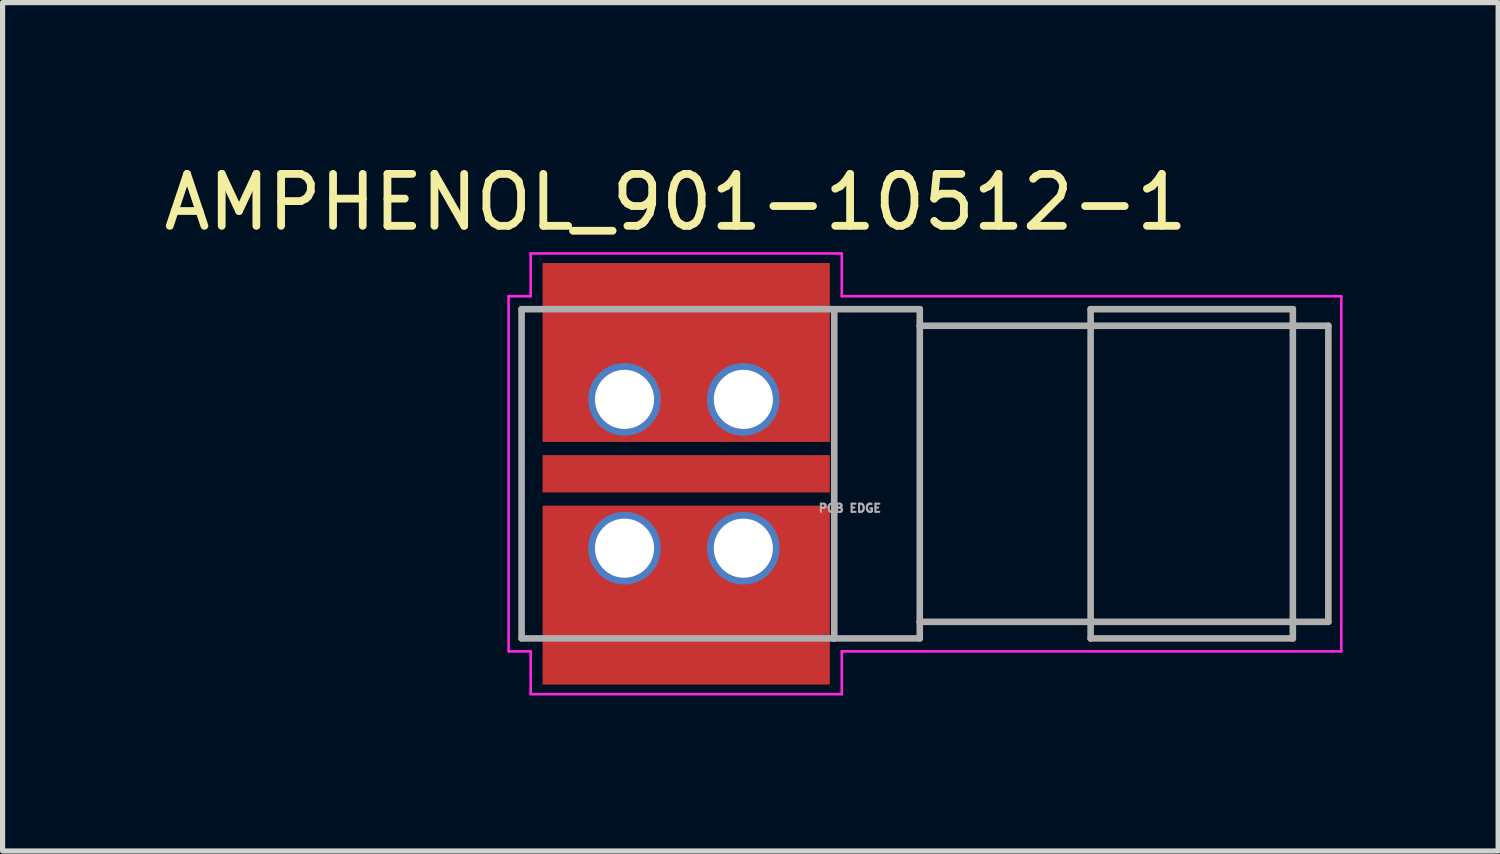
<source format=kicad_pcb>
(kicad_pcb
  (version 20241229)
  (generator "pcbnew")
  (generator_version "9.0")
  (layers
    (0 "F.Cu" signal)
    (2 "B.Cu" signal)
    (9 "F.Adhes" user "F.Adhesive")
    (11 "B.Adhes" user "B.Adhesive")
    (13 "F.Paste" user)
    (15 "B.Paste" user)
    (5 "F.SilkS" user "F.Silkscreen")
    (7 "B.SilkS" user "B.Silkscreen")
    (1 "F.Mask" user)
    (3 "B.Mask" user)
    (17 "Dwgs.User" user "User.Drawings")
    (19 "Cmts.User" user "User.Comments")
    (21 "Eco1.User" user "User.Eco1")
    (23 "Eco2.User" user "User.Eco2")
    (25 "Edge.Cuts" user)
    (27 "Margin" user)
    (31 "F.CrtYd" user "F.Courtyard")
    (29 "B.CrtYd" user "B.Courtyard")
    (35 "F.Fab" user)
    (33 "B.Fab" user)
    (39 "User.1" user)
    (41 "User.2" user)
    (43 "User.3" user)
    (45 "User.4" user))
  (footprint "AMPHENOL_901-10512-1"
    (layer "F.Cu")
    (at 10.185 6.088)
    (property "Reference" "AMPHENOL_901-10512-1" (at -0.203 -5.238 0) (layer "F.SilkS") (effects (font (size 1.002 1.002) (thickness 0.15))))
    (attr through_hole)
    (fp_line (start -3.425 -3.425) (end -3.425 3.425) (stroke (width 0.05) (type solid)) (layer "F.CrtYd"))
    (fp_line (start -3.425 3.425) (end -3 3.425) (stroke (width 0.05) (type solid)) (layer "F.CrtYd"))
    (fp_line (start -3 -4.25) (end -3 -3.425) (stroke (width 0.05) (type solid)) (layer "F.CrtYd"))
    (fp_line (start -3 -3.425) (end -3.425 -3.425) (stroke (width 0.05) (type solid)) (layer "F.CrtYd"))
    (fp_line (start -3 3.425) (end -3 4.25) (stroke (width 0.05) (type solid)) (layer "F.CrtYd"))
    (fp_line (start -3 4.25) (end 3 4.25) (stroke (width 0.05) (type solid)) (layer "F.CrtYd"))
    (fp_line (start 3 -4.25) (end -3 -4.25) (stroke (width 0.05) (type solid)) (layer "F.CrtYd"))
    (fp_line (start 3 -3.425) (end 3 -4.25) (stroke (width 0.05) (type solid)) (layer "F.CrtYd"))
    (fp_line (start 3 3.425) (end 12.635 3.425) (stroke (width 0.05) (type solid)) (layer "F.CrtYd"))
    (fp_line (start 3 4.25) (end 3 3.425) (stroke (width 0.05) (type solid)) (layer "F.CrtYd"))
    (fp_line (start 12.635 -3.425) (end 3 -3.425) (stroke (width 0.05) (type solid)) (layer "F.CrtYd"))
    (fp_line (start 12.635 3.425) (end 12.635 -3.425) (stroke (width 0.05) (type solid)) (layer "F.CrtYd"))
    (fp_line (start -3.175 -3.175) (end -3.175 3.175) (stroke (width 0.127) (type solid)) (layer "F.Fab"))
    (fp_line (start -3.175 3.175) (end 2.855 3.175) (stroke (width 0.127) (type solid)) (layer "F.Fab"))
    (fp_line (start 2.855 -3.175) (end -3.175 -3.175) (stroke (width 0.127) (type solid)) (layer "F.Fab"))
    (fp_line (start 2.855 -3.175) (end 2.855 3.175) (stroke (width 0.127) (type solid)) (layer "F.Fab"))
    (fp_line (start 2.855 3.175) (end 4.505 3.175) (stroke (width 0.127) (type solid)) (layer "F.Fab"))
    (fp_line (start 4.505 -3.175) (end 2.855 -3.175) (stroke (width 0.127) (type solid)) (layer "F.Fab"))
    (fp_line (start 4.505 -2.855) (end 4.505 -3.175) (stroke (width 0.127) (type solid)) (layer "F.Fab"))
    (fp_line (start 4.505 -2.855) (end 12.385 -2.855) (stroke (width 0.127) (type solid)) (layer "F.Fab"))
    (fp_line (start 4.505 2.855) (end 4.505 -2.855) (stroke (width 0.127) (type solid)) (layer "F.Fab"))
    (fp_line (start 4.505 3.175) (end 4.505 2.855) (stroke (width 0.127) (type solid)) (layer "F.Fab"))
    (fp_line (start 7.8 -3.175) (end 11.7 -3.175) (stroke (width 0.127) (type solid)) (layer "F.Fab"))
    (fp_line (start 7.8 3.175) (end 7.8 -3.175) (stroke (width 0.127) (type solid)) (layer "F.Fab"))
    (fp_line (start 11.7 -3.175) (end 11.7 3.175) (stroke (width 0.127) (type solid)) (layer "F.Fab"))
    (fp_line (start 11.7 3.175) (end 7.8 3.175) (stroke (width 0.127) (type solid)) (layer "F.Fab"))
    (fp_line (start 12.385 -2.855) (end 12.385 2.855) (stroke (width 0.127) (type solid)) (layer "F.Fab"))
    (fp_line (start 12.385 2.855) (end 4.505 2.855) (stroke (width 0.127) (type solid)) (layer "F.Fab"))
    (fp_text user "PCB EDGE" (at 3.157 0.663 0) (layer "F.Fab") (effects (font (size 0.158 0.158) (thickness 0.15))))
    (pad "1" smd rect (at 0 0 180) (size 5.54 0.72) (layers "F.Cu" "F.Mask" "F.Paste"))
    (pad "G1" smd rect (at 0 -2.34 90) (size 3.45 5.54) (layers "F.Cu" "F.Mask" "F.Paste"))
    (pad "G1-1" thru_hole circle (at -1.19 -1.435) (size 1.4 1.4) (drill 1.14) (layers "*.Cu" "*.Mask"))
    (pad "G1-2" thru_hole circle (at 1.102 -1.435) (size 1.4 1.4) (drill 1.14) (layers "*.Cu" "*.Mask"))
    (pad "G2" smd rect (at 0 2.34 90) (size 3.45 5.54) (layers "F.Cu" "F.Mask" "F.Paste"))
    (pad "G2-1" thru_hole circle (at -1.19 1.435) (size 1.4 1.4) (drill 1.14) (layers "*.Cu" "*.Mask"))
    (pad "G2-2" thru_hole circle (at 1.102 1.435) (size 1.4 1.4) (drill 1.14) (layers "*.Cu" "*.Mask")))
  (gr_rect
    (start -3 -3)
    (end 25.845 13.363)
    (stroke (width 0.1) (type default))
    (fill no)
    (layer "Edge.Cuts")))
</source>
